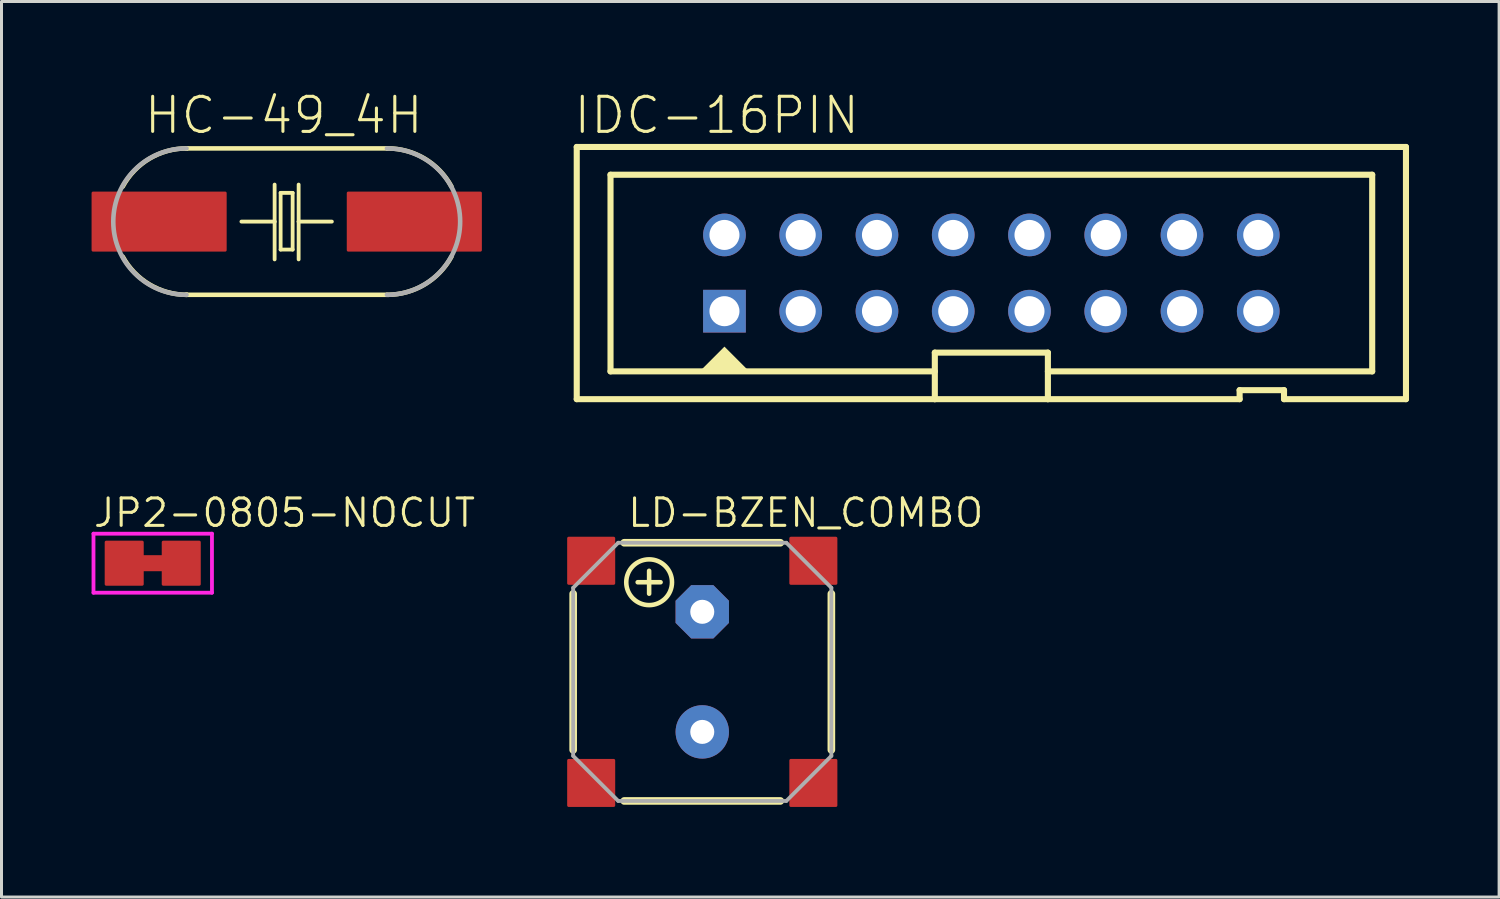
<source format=kicad_pcb>
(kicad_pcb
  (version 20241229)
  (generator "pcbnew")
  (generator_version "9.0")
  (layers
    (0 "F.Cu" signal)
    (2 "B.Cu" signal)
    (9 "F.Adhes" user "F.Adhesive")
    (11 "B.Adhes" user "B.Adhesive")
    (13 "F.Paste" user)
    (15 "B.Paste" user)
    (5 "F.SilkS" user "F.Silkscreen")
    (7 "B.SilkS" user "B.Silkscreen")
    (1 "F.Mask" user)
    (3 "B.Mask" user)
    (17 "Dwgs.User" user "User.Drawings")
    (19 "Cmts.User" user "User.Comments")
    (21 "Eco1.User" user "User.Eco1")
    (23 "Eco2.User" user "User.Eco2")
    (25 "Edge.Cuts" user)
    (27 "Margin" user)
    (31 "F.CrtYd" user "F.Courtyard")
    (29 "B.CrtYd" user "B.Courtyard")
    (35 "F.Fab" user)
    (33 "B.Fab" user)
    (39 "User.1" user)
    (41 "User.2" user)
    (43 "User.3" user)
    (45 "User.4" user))
  (footprint "HC-49_4H"
    (layer "F.Cu")
    (at 6.5 4.331)
    (property "Reference" "HC-49_4H" (at -4.81 -2.857 0) (layer "F.SilkS") (effects (font (size 1.168 1.168) (thickness 0.102)) (justify left bottom)))
    (fp_line (start -3.353 -2.438) (end -3.327 -2.438) (stroke (width 0.152) (type solid)) (layer "F.SilkS"))
    (fp_line (start -3.353 2.438) (end -3.327 2.438) (stroke (width 0.152) (type solid)) (layer "F.SilkS"))
    (fp_line (start -3.327 -2.438) (end 3.327 -2.438) (stroke (width 0.152) (type solid)) (layer "F.SilkS"))
    (fp_line (start -3.327 2.438) (end 3.327 2.438) (stroke (width 0.152) (type solid)) (layer "F.SilkS"))
    (fp_line (start -1.509 0) (end -0.403 0) (stroke (width 0.127) (type solid)) (layer "F.SilkS"))
    (fp_line (start -0.403 0) (end -0.403 -1.233) (stroke (width 0.127) (type solid)) (layer "F.SilkS"))
    (fp_line (start -0.403 1.259) (end -0.403 0) (stroke (width 0.127) (type solid)) (layer "F.SilkS"))
    (fp_line (start -0.203 -0.957) (end 0.197 -0.957) (stroke (width 0.127) (type solid)) (layer "F.SilkS"))
    (fp_line (start -0.203 0.932) (end -0.203 -0.957) (stroke (width 0.127) (type solid)) (layer "F.SilkS"))
    (fp_line (start 0.197 -0.957) (end 0.197 0.932) (stroke (width 0.127) (type solid)) (layer "F.SilkS"))
    (fp_line (start 0.197 0.932) (end -0.203 0.932) (stroke (width 0.127) (type solid)) (layer "F.SilkS"))
    (fp_line (start 0.397 -1.233) (end 0.397 0) (stroke (width 0.127) (type solid)) (layer "F.SilkS"))
    (fp_line (start 0.397 0) (end 0.397 1.259) (stroke (width 0.127) (type solid)) (layer "F.SilkS"))
    (fp_line (start 1.504 0) (end 0.397 0) (stroke (width 0.127) (type solid)) (layer "F.SilkS"))
    (fp_arc (start -5.461 -1.168399) (mid -4.569447 -2.097814) (end -3.3274 -2.4384) (stroke (width 0.1524) (type solid)) (layer "F.SilkS"))
    (fp_arc (start -3.3274 2.4384) (mid -4.567733 2.094937) (end -5.460999 1.1684) (stroke (width 0.1524) (type solid)) (layer "F.SilkS"))
    (fp_arc (start 3.3528 -2.4384) (mid 4.594847 -2.097814) (end 5.4864 -1.168399) (stroke (width 0.1524) (type solid)) (layer "F.SilkS"))
    (fp_arc (start 5.486399 1.1684) (mid 4.593133 2.094937) (end 3.3528 2.4384) (stroke (width 0.1524) (type solid)) (layer "F.SilkS"))
    (fp_arc (start -3.3384 2.4384) (mid -5.7768 0) (end -3.3384 -2.4384) (stroke (width 0.1524) (type solid)) (layer "F.Fab"))
    (fp_arc (start 3.3384 -2.4384) (mid 5.7768 0) (end 3.3384 2.4384) (stroke (width 0.1524) (type solid)) (layer "F.Fab"))
    (pad "1" smd roundrect (at -4.25 0) (size 4.5 2) (layers "F.Cu" "F.Mask" "F.Paste") (roundrect_rratio 0.025))
    (pad "2" smd roundrect (at 4.25 0) (size 4.5 2) (layers "F.Cu" "F.Mask" "F.Paste") (roundrect_rratio 0.025)))
  (footprint "JP2-0805-NOCUT"
    (layer "F.Cu")
    (at 2.037 15.709)
    (property "Reference" "JP2-0805-NOCUT" (at -2.032 -1.143 0) (layer "F.SilkS") (effects (font (size 0.914 0.914) (thickness 0.102)) (justify left bottom)))
    (fp_poly (pts (xy 0.457 0.267) (xy -0.457 0.267) (xy -0.457 -0.267) (xy 0.457 -0.267)) (stroke (width 0) (type solid)) (fill yes) (layer "F.Cu"))
    (fp_line (start -1.973 -0.983) (end 1.973 -0.983) (stroke (width 0.127) (type solid)) (layer "F.CrtYd"))
    (fp_line (start -1.973 0.983) (end -1.973 -0.983) (stroke (width 0.127) (type solid)) (layer "F.CrtYd"))
    (fp_line (start 1.973 -0.983) (end 1.973 0.983) (stroke (width 0.127) (type solid)) (layer "F.CrtYd"))
    (fp_line (start 1.973 0.983) (end -1.973 0.983) (stroke (width 0.127) (type solid)) (layer "F.CrtYd"))
    (pad "1" smd roundrect (at -0.95 0) (size 1.3 1.5) (layers "F.Cu" "F.Mask" "F.Paste") (roundrect_rratio 0.039))
    (pad "2" smd roundrect (at 0.95 0) (size 1.3 1.5) (layers "F.Cu" "F.Mask" "F.Paste") (roundrect_rratio 0.039)))
  (footprint "LD-BZEN_COMBO"
    (layer "F.Cu")
    (at 20.341 19.328)
    (property "Reference" "LD-BZEN_COMBO" (at -2.54 -4.763 0) (layer "F.SilkS") (effects (font (size 0.914 0.914) (thickness 0.102)) (justify left bottom)))
    (fp_line (start -4.3 2.6) (end -4.3 -2.6) (stroke (width 0.254) (type solid)) (layer "F.SilkS"))
    (fp_line (start -2.6 -4.3) (end 2.6 -4.3) (stroke (width 0.254) (type solid)) (layer "F.SilkS"))
    (fp_line (start -2.6 4.3) (end 2.6 4.3) (stroke (width 0.254) (type solid)) (layer "F.SilkS"))
    (fp_line (start -2.151 -2.985) (end -1.389 -2.985) (stroke (width 0.152) (type solid)) (layer "F.SilkS"))
    (fp_line (start -1.77 -2.603) (end -1.77 -3.365) (stroke (width 0.152) (type solid)) (layer "F.SilkS"))
    (fp_line (start 4.3 2.6) (end 4.3 -2.6) (stroke (width 0.254) (type solid)) (layer "F.SilkS"))
    (fp_circle (center -1.77 -2.985) (end -1.008 -2.985) (stroke (width 0.152) (type solid)) (fill no) (layer "F.SilkS"))
    (fp_line (start -4.3 -2.8) (end -2.8 -4.3) (stroke (width 0.127) (type solid)) (layer "F.Fab"))
    (fp_line (start -4.3 2.8) (end -4.3 -2.8) (stroke (width 0.127) (type solid)) (layer "F.Fab"))
    (fp_line (start -2.8 -4.3) (end 2.8 -4.3) (stroke (width 0.127) (type solid)) (layer "F.Fab"))
    (fp_line (start -2.8 4.3) (end -4.3 2.8) (stroke (width 0.127) (type solid)) (layer "F.Fab"))
    (fp_line (start -2.8 4.3) (end 2.8 4.3) (stroke (width 0.127) (type solid)) (layer "F.Fab"))
    (fp_line (start 2.8 4.3) (end 4.3 2.8) (stroke (width 0.127) (type solid)) (layer "F.Fab"))
    (fp_line (start 4.3 -2.8) (end 2.8 -4.3) (stroke (width 0.127) (type solid)) (layer "F.Fab"))
    (fp_line (start 4.3 2.8) (end 4.3 -2.8) (stroke (width 0.127) (type solid)) (layer "F.Fab"))
    (pad "+" smd roundrect (at -3.7 -3.7) (size 1.6 1.6) (layers "F.Cu" "F.Mask" "F.Paste") (roundrect_rratio 0.032))
    (pad "+B" thru_hole roundrect (at 0 -2) (size 1.778 1.778) (drill 0.8) (layers "*.Cu" "*.Mask") (roundrect_rratio 0.25) (chamfer_ratio 0.293) (chamfer top_left top_right bottom_left bottom_right))
    (pad "-" smd roundrect (at -3.7 3.7) (size 1.6 1.6) (layers "F.Cu" "F.Mask" "F.Paste") (roundrect_rratio 0.032))
    (pad "-B" thru_hole circle (at 0 2) (size 1.778 1.778) (drill 0.8) (layers "*.Cu" "*.Mask"))
    (pad "NC1" smd roundrect (at 3.7 3.7) (size 1.6 1.6) (layers "F.Cu" "F.Mask" "F.Paste") (roundrect_rratio 0.032))
    (pad "NC2" smd roundrect (at 3.7 -3.7) (size 1.6 1.6) (layers "F.Cu" "F.Mask" "F.Paste") (roundrect_rratio 0.032)))
  (footprint "IDC-16PIN"
    (layer "F.Cu")
    (at 29.97 6.045)
    (property "Reference" "IDC-16PIN" (at -13.97 -4.572 0) (layer "F.SilkS") (effects (font (size 1.168 1.168) (thickness 0.102)) (justify left bottom)))
    (fp_line (start -13.81 -4.2) (end 13.81 -4.2) (stroke (width 0.203) (type solid)) (layer "F.SilkS"))
    (fp_line (start -13.81 4.2) (end -13.81 -4.2) (stroke (width 0.203) (type solid)) (layer "F.SilkS"))
    (fp_line (start -12.685 -3.275) (end 12.685 -3.275) (stroke (width 0.203) (type solid)) (layer "F.SilkS"))
    (fp_line (start -12.685 3.275) (end -12.685 -3.275) (stroke (width 0.203) (type solid)) (layer "F.SilkS"))
    (fp_line (start -1.883 2.65) (end -1.883 4.2) (stroke (width 0.203) (type solid)) (layer "F.SilkS"))
    (fp_line (start -1.883 3.275) (end -12.685 3.275) (stroke (width 0.203) (type solid)) (layer "F.SilkS"))
    (fp_line (start -1.883 4.2) (end -13.81 4.2) (stroke (width 0.203) (type solid)) (layer "F.SilkS"))
    (fp_line (start 1.883 2.65) (end -1.883 2.65) (stroke (width 0.203) (type solid)) (layer "F.SilkS"))
    (fp_line (start 1.883 4.2) (end -1.883 4.2) (stroke (width 0.203) (type solid)) (layer "F.SilkS"))
    (fp_line (start 1.883 4.2) (end 1.883 2.65) (stroke (width 0.203) (type solid)) (layer "F.SilkS"))
    (fp_line (start 8.269 3.9) (end 8.269 4.2) (stroke (width 0.203) (type solid)) (layer "F.SilkS"))
    (fp_line (start 8.269 4.2) (end 1.883 4.2) (stroke (width 0.203) (type solid)) (layer "F.SilkS"))
    (fp_line (start 9.748 3.9) (end 8.269 3.9) (stroke (width 0.203) (type solid)) (layer "F.SilkS"))
    (fp_line (start 9.748 4.2) (end 9.748 3.9) (stroke (width 0.203) (type solid)) (layer "F.SilkS"))
    (fp_line (start 12.685 -3.275) (end 12.685 3.275) (stroke (width 0.203) (type solid)) (layer "F.SilkS"))
    (fp_line (start 12.685 3.275) (end 1.883 3.275) (stroke (width 0.203) (type solid)) (layer "F.SilkS"))
    (fp_line (start 13.81 -4.2) (end 13.81 4.2) (stroke (width 0.203) (type solid)) (layer "F.SilkS"))
    (fp_line (start 13.81 4.2) (end 9.748 4.2) (stroke (width 0.203) (type solid)) (layer "F.SilkS"))
    (fp_poly (pts (xy -8.102 3.239) (xy -9.678 3.239) (xy -8.89 2.45)) (stroke (width 0) (type solid)) (fill yes) (layer "F.SilkS"))
    (pad "1" thru_hole rect (at -8.89 1.27) (size 1.422 1.422) (drill 1) (layers "*.Cu" "*.Mask"))
    (pad "2" thru_hole circle (at -8.89 -1.27) (size 1.422 1.422) (drill 1) (layers "*.Cu" "*.Mask"))
    (pad "3" thru_hole circle (at -6.35 1.27) (size 1.422 1.422) (drill 1) (layers "*.Cu" "*.Mask"))
    (pad "4" thru_hole circle (at -6.35 -1.27) (size 1.422 1.422) (drill 1) (layers "*.Cu" "*.Mask"))
    (pad "5" thru_hole circle (at -3.81 1.27) (size 1.422 1.422) (drill 1) (layers "*.Cu" "*.Mask"))
    (pad "6" thru_hole circle (at -3.81 -1.27) (size 1.422 1.422) (drill 1) (layers "*.Cu" "*.Mask"))
    (pad "7" thru_hole circle (at -1.27 1.27) (size 1.422 1.422) (drill 1) (layers "*.Cu" "*.Mask"))
    (pad "8" thru_hole circle (at -1.27 -1.27) (size 1.422 1.422) (drill 1) (layers "*.Cu" "*.Mask"))
    (pad "9" thru_hole circle (at 1.27 1.27) (size 1.422 1.422) (drill 1) (layers "*.Cu" "*.Mask"))
    (pad "10" thru_hole circle (at 1.27 -1.27) (size 1.422 1.422) (drill 1) (layers "*.Cu" "*.Mask"))
    (pad "11" thru_hole circle (at 3.81 1.27) (size 1.422 1.422) (drill 1) (layers "*.Cu" "*.Mask"))
    (pad "12" thru_hole circle (at 3.81 -1.27) (size 1.422 1.422) (drill 1) (layers "*.Cu" "*.Mask"))
    (pad "13" thru_hole circle (at 6.35 1.27) (size 1.422 1.422) (drill 1) (layers "*.Cu" "*.Mask"))
    (pad "14" thru_hole circle (at 6.35 -1.27) (size 1.422 1.422) (drill 1) (layers "*.Cu" "*.Mask"))
    (pad "15" thru_hole circle (at 8.89 1.27) (size 1.422 1.422) (drill 1) (layers "*.Cu" "*.Mask"))
    (pad "16" thru_hole circle (at 8.89 -1.27) (size 1.422 1.422) (drill 1) (layers "*.Cu" "*.Mask")))
  (gr_rect
    (start -3 -3)
    (end 46.882 26.828)
    (stroke (width 0.1) (type default))
    (fill no)
    (layer "Edge.Cuts")))
</source>
